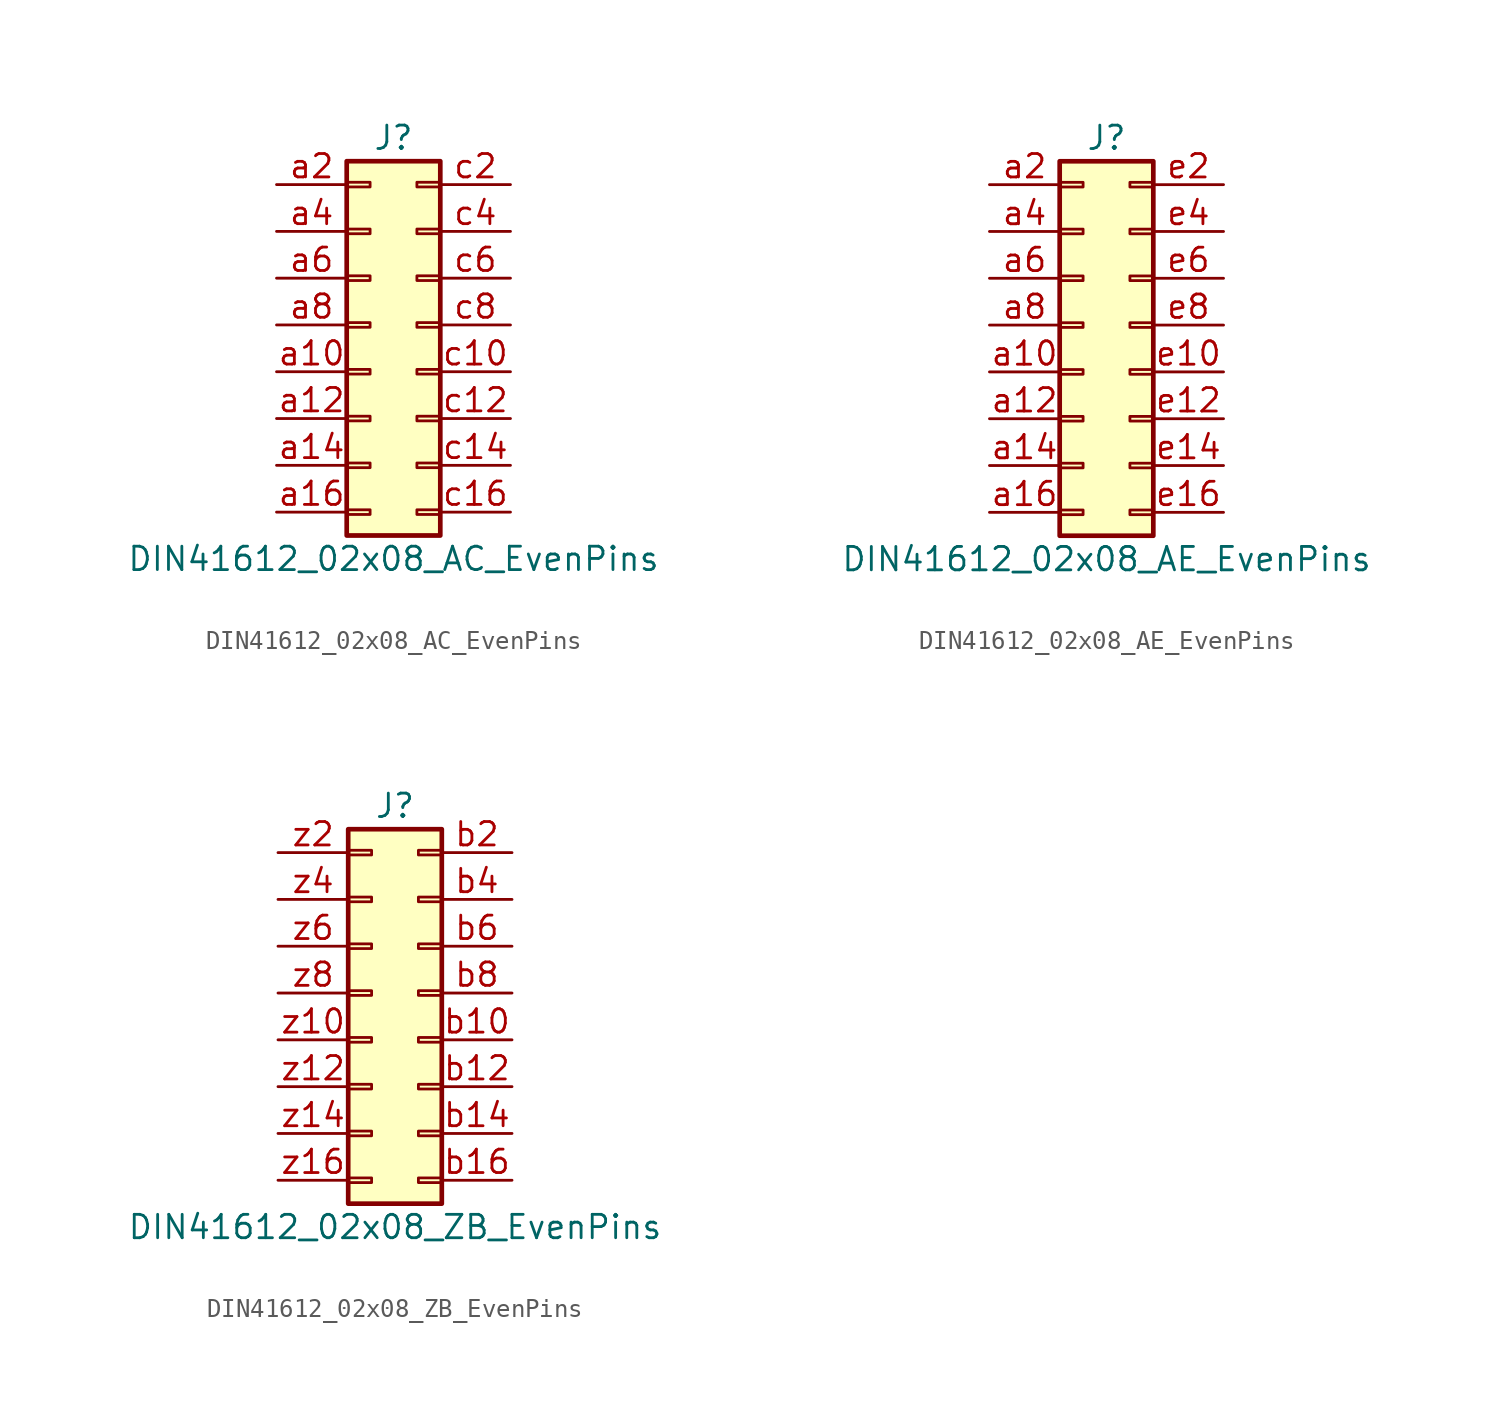
<source format=kicad_sym>
(kicad_symbol_lib
  (version 20241209)
  (generator "kicad_symbol_editor")
  (generator_version "9.0")
  (symbol "DIN41612_02x08_AC_EvenPins"
    (pin_names
      (offset 1.016)
      (hide yes))
    (property "Reference" "J"
      (at 1.27 10.16 0)
      (effects (font (size 1.27 1.27))))
    (property "Value" "DIN41612_02x08_AC_EvenPins"
      (at 1.27 -12.7 0)
      (effects (font (size 1.27 1.27))))
    (symbol "DIN41612_02x08_AC_EvenPins_1_1"
      (rectangle (start -1.27 8.89) (end 3.81 -11.43) (stroke (width 0.254) (type default)) (fill (type background)))
      (rectangle (start -1.27 7.747) (end 0 7.493) (stroke (width 0.152) (type default)) (fill (type none)))
      (rectangle (start -1.27 5.207) (end 0 4.953) (stroke (width 0.152) (type default)) (fill (type none)))
      (rectangle (start -1.27 2.667) (end 0 2.413) (stroke (width 0.152) (type default)) (fill (type none)))
      (rectangle (start -1.27 0.127) (end 0 -0.127) (stroke (width 0.152) (type default)) (fill (type none)))
      (rectangle (start -1.27 -2.413) (end 0 -2.667) (stroke (width 0.152) (type default)) (fill (type none)))
      (rectangle (start -1.27 -4.953) (end 0 -5.207) (stroke (width 0.152) (type default)) (fill (type none)))
      (rectangle (start -1.27 -7.493) (end 0 -7.747) (stroke (width 0.152) (type default)) (fill (type none)))
      (rectangle (start -1.27 -10.033) (end 0 -10.287) (stroke (width 0.152) (type default)) (fill (type none)))
      (rectangle (start 3.81 7.747) (end 2.54 7.493) (stroke (width 0.152) (type default)) (fill (type none)))
      (rectangle (start 3.81 5.207) (end 2.54 4.953) (stroke (width 0.152) (type default)) (fill (type none)))
      (rectangle (start 3.81 2.667) (end 2.54 2.413) (stroke (width 0.152) (type default)) (fill (type none)))
      (rectangle (start 3.81 0.127) (end 2.54 -0.127) (stroke (width 0.152) (type default)) (fill (type none)))
      (rectangle (start 3.81 -2.413) (end 2.54 -2.667) (stroke (width 0.152) (type default)) (fill (type none)))
      (rectangle (start 3.81 -4.953) (end 2.54 -5.207) (stroke (width 0.152) (type default)) (fill (type none)))
      (rectangle (start 3.81 -7.493) (end 2.54 -7.747) (stroke (width 0.152) (type default)) (fill (type none)))
      (rectangle (start 3.81 -10.033) (end 2.54 -10.287) (stroke (width 0.152) (type default)) (fill (type none)))
      (pin passive line (at -5.08 7.62 0) (length 3.81) (name "Pin_a2" (effects (font (size 1.27 1.27)))) (number "a2" (effects (font (size 1.27 1.27)))))
      (pin passive line (at -5.08 5.08 0) (length 3.81) (name "Pin_a4" (effects (font (size 1.27 1.27)))) (number "a4" (effects (font (size 1.27 1.27)))))
      (pin passive line (at -5.08 2.54 0) (length 3.81) (name "Pin_a6" (effects (font (size 1.27 1.27)))) (number "a6" (effects (font (size 1.27 1.27)))))
      (pin passive line (at -5.08 0 0) (length 3.81) (name "Pin_a8" (effects (font (size 1.27 1.27)))) (number "a8" (effects (font (size 1.27 1.27)))))
      (pin passive line (at -5.08 -2.54 0) (length 3.81) (name "Pin_a10" (effects (font (size 1.27 1.27)))) (number "a10" (effects (font (size 1.27 1.27)))))
      (pin passive line (at -5.08 -5.08 0) (length 3.81) (name "Pin_a12" (effects (font (size 1.27 1.27)))) (number "a12" (effects (font (size 1.27 1.27)))))
      (pin passive line (at -5.08 -7.62 0) (length 3.81) (name "Pin_a14" (effects (font (size 1.27 1.27)))) (number "a14" (effects (font (size 1.27 1.27)))))
      (pin passive line (at -5.08 -10.16 0) (length 3.81) (name "Pin_a16" (effects (font (size 1.27 1.27)))) (number "a16" (effects (font (size 1.27 1.27)))))
      (pin passive line (at 7.62 7.62 180) (length 3.81) (name "Pin_c2" (effects (font (size 1.27 1.27)))) (number "c2" (effects (font (size 1.27 1.27)))))
      (pin passive line (at 7.62 5.08 180) (length 3.81) (name "Pin_c4" (effects (font (size 1.27 1.27)))) (number "c4" (effects (font (size 1.27 1.27)))))
      (pin passive line (at 7.62 2.54 180) (length 3.81) (name "Pin_c6" (effects (font (size 1.27 1.27)))) (number "c6" (effects (font (size 1.27 1.27)))))
      (pin passive line (at 7.62 0 180) (length 3.81) (name "Pin_c8" (effects (font (size 1.27 1.27)))) (number "c8" (effects (font (size 1.27 1.27)))))
      (pin passive line (at 7.62 -2.54 180) (length 3.81) (name "Pin_c10" (effects (font (size 1.27 1.27)))) (number "c10" (effects (font (size 1.27 1.27)))))
      (pin passive line (at 7.62 -5.08 180) (length 3.81) (name "Pin_c12" (effects (font (size 1.27 1.27)))) (number "c12" (effects (font (size 1.27 1.27)))))
      (pin passive line (at 7.62 -7.62 180) (length 3.81) (name "Pin_c14" (effects (font (size 1.27 1.27)))) (number "c14" (effects (font (size 1.27 1.27)))))
      (pin passive line (at 7.62 -10.16 180) (length 3.81) (name "Pin_c16" (effects (font (size 1.27 1.27)))) (number "c16" (effects (font (size 1.27 1.27)))))))
  (symbol "DIN41612_02x08_AE_EvenPins"
    (pin_names
      (offset 1.016)
      (hide yes))
    (property "Reference" "J"
      (at 1.27 10.16 0)
      (effects (font (size 1.27 1.27))))
    (property "Value" "DIN41612_02x08_AE_EvenPins"
      (at 1.27 -12.7 0)
      (effects (font (size 1.27 1.27))))
    (symbol "DIN41612_02x08_AE_EvenPins_1_1"
      (rectangle (start -1.27 8.89) (end 3.81 -11.43) (stroke (width 0.254) (type default)) (fill (type background)))
      (rectangle (start -1.27 7.747) (end 0 7.493) (stroke (width 0.152) (type default)) (fill (type none)))
      (rectangle (start -1.27 5.207) (end 0 4.953) (stroke (width 0.152) (type default)) (fill (type none)))
      (rectangle (start -1.27 2.667) (end 0 2.413) (stroke (width 0.152) (type default)) (fill (type none)))
      (rectangle (start -1.27 0.127) (end 0 -0.127) (stroke (width 0.152) (type default)) (fill (type none)))
      (rectangle (start -1.27 -2.413) (end 0 -2.667) (stroke (width 0.152) (type default)) (fill (type none)))
      (rectangle (start -1.27 -4.953) (end 0 -5.207) (stroke (width 0.152) (type default)) (fill (type none)))
      (rectangle (start -1.27 -7.493) (end 0 -7.747) (stroke (width 0.152) (type default)) (fill (type none)))
      (rectangle (start -1.27 -10.033) (end 0 -10.287) (stroke (width 0.152) (type default)) (fill (type none)))
      (rectangle (start 3.81 7.747) (end 2.54 7.493) (stroke (width 0.152) (type default)) (fill (type none)))
      (rectangle (start 3.81 5.207) (end 2.54 4.953) (stroke (width 0.152) (type default)) (fill (type none)))
      (rectangle (start 3.81 2.667) (end 2.54 2.413) (stroke (width 0.152) (type default)) (fill (type none)))
      (rectangle (start 3.81 0.127) (end 2.54 -0.127) (stroke (width 0.152) (type default)) (fill (type none)))
      (rectangle (start 3.81 -2.413) (end 2.54 -2.667) (stroke (width 0.152) (type default)) (fill (type none)))
      (rectangle (start 3.81 -4.953) (end 2.54 -5.207) (stroke (width 0.152) (type default)) (fill (type none)))
      (rectangle (start 3.81 -7.493) (end 2.54 -7.747) (stroke (width 0.152) (type default)) (fill (type none)))
      (rectangle (start 3.81 -10.033) (end 2.54 -10.287) (stroke (width 0.152) (type default)) (fill (type none)))
      (pin passive line (at -5.08 7.62 0) (length 3.81) (name "Pin_a2" (effects (font (size 1.27 1.27)))) (number "a2" (effects (font (size 1.27 1.27)))))
      (pin passive line (at -5.08 5.08 0) (length 3.81) (name "Pin_a4" (effects (font (size 1.27 1.27)))) (number "a4" (effects (font (size 1.27 1.27)))))
      (pin passive line (at -5.08 2.54 0) (length 3.81) (name "Pin_a6" (effects (font (size 1.27 1.27)))) (number "a6" (effects (font (size 1.27 1.27)))))
      (pin passive line (at -5.08 0 0) (length 3.81) (name "Pin_a8" (effects (font (size 1.27 1.27)))) (number "a8" (effects (font (size 1.27 1.27)))))
      (pin passive line (at -5.08 -2.54 0) (length 3.81) (name "Pin_a10" (effects (font (size 1.27 1.27)))) (number "a10" (effects (font (size 1.27 1.27)))))
      (pin passive line (at -5.08 -5.08 0) (length 3.81) (name "Pin_a12" (effects (font (size 1.27 1.27)))) (number "a12" (effects (font (size 1.27 1.27)))))
      (pin passive line (at -5.08 -7.62 0) (length 3.81) (name "Pin_a14" (effects (font (size 1.27 1.27)))) (number "a14" (effects (font (size 1.27 1.27)))))
      (pin passive line (at -5.08 -10.16 0) (length 3.81) (name "Pin_a16" (effects (font (size 1.27 1.27)))) (number "a16" (effects (font (size 1.27 1.27)))))
      (pin passive line (at 7.62 7.62 180) (length 3.81) (name "Pin_e2" (effects (font (size 1.27 1.27)))) (number "e2" (effects (font (size 1.27 1.27)))))
      (pin passive line (at 7.62 5.08 180) (length 3.81) (name "Pin_e4" (effects (font (size 1.27 1.27)))) (number "e4" (effects (font (size 1.27 1.27)))))
      (pin passive line (at 7.62 2.54 180) (length 3.81) (name "Pin_e6" (effects (font (size 1.27 1.27)))) (number "e6" (effects (font (size 1.27 1.27)))))
      (pin passive line (at 7.62 0 180) (length 3.81) (name "Pin_e8" (effects (font (size 1.27 1.27)))) (number "e8" (effects (font (size 1.27 1.27)))))
      (pin passive line (at 7.62 -2.54 180) (length 3.81) (name "Pin_e10" (effects (font (size 1.27 1.27)))) (number "e10" (effects (font (size 1.27 1.27)))))
      (pin passive line (at 7.62 -5.08 180) (length 3.81) (name "Pin_e12" (effects (font (size 1.27 1.27)))) (number "e12" (effects (font (size 1.27 1.27)))))
      (pin passive line (at 7.62 -7.62 180) (length 3.81) (name "Pin_e14" (effects (font (size 1.27 1.27)))) (number "e14" (effects (font (size 1.27 1.27)))))
      (pin passive line (at 7.62 -10.16 180) (length 3.81) (name "Pin_e16" (effects (font (size 1.27 1.27)))) (number "e16" (effects (font (size 1.27 1.27)))))))
  (symbol "DIN41612_02x08_ZB_EvenPins"
    (pin_names
      (offset 1.016)
      (hide yes))
    (property "Reference" "J"
      (at 1.27 10.16 0)
      (effects (font (size 1.27 1.27))))
    (property "Value" "DIN41612_02x08_ZB_EvenPins"
      (at 1.27 -12.7 0)
      (effects (font (size 1.27 1.27))))
    (symbol "DIN41612_02x08_ZB_EvenPins_1_1"
      (rectangle (start -1.27 8.89) (end 3.81 -11.43) (stroke (width 0.254) (type default)) (fill (type background)))
      (rectangle (start -1.27 7.747) (end 0 7.493) (stroke (width 0.152) (type default)) (fill (type none)))
      (rectangle (start -1.27 5.207) (end 0 4.953) (stroke (width 0.152) (type default)) (fill (type none)))
      (rectangle (start -1.27 2.667) (end 0 2.413) (stroke (width 0.152) (type default)) (fill (type none)))
      (rectangle (start -1.27 0.127) (end 0 -0.127) (stroke (width 0.152) (type default)) (fill (type none)))
      (rectangle (start -1.27 -2.413) (end 0 -2.667) (stroke (width 0.152) (type default)) (fill (type none)))
      (rectangle (start -1.27 -4.953) (end 0 -5.207) (stroke (width 0.152) (type default)) (fill (type none)))
      (rectangle (start -1.27 -7.493) (end 0 -7.747) (stroke (width 0.152) (type default)) (fill (type none)))
      (rectangle (start -1.27 -10.033) (end 0 -10.287) (stroke (width 0.152) (type default)) (fill (type none)))
      (rectangle (start 3.81 7.747) (end 2.54 7.493) (stroke (width 0.152) (type default)) (fill (type none)))
      (rectangle (start 3.81 5.207) (end 2.54 4.953) (stroke (width 0.152) (type default)) (fill (type none)))
      (rectangle (start 3.81 2.667) (end 2.54 2.413) (stroke (width 0.152) (type default)) (fill (type none)))
      (rectangle (start 3.81 0.127) (end 2.54 -0.127) (stroke (width 0.152) (type default)) (fill (type none)))
      (rectangle (start 3.81 -2.413) (end 2.54 -2.667) (stroke (width 0.152) (type default)) (fill (type none)))
      (rectangle (start 3.81 -4.953) (end 2.54 -5.207) (stroke (width 0.152) (type default)) (fill (type none)))
      (rectangle (start 3.81 -7.493) (end 2.54 -7.747) (stroke (width 0.152) (type default)) (fill (type none)))
      (rectangle (start 3.81 -10.033) (end 2.54 -10.287) (stroke (width 0.152) (type default)) (fill (type none)))
      (pin passive line (at -5.08 7.62 0) (length 3.81) (name "Pin_z2" (effects (font (size 1.27 1.27)))) (number "z2" (effects (font (size 1.27 1.27)))))
      (pin passive line (at -5.08 5.08 0) (length 3.81) (name "Pin_z4" (effects (font (size 1.27 1.27)))) (number "z4" (effects (font (size 1.27 1.27)))))
      (pin passive line (at -5.08 2.54 0) (length 3.81) (name "Pin_z6" (effects (font (size 1.27 1.27)))) (number "z6" (effects (font (size 1.27 1.27)))))
      (pin passive line (at -5.08 0 0) (length 3.81) (name "Pin_z8" (effects (font (size 1.27 1.27)))) (number "z8" (effects (font (size 1.27 1.27)))))
      (pin passive line (at -5.08 -2.54 0) (length 3.81) (name "Pin_z10" (effects (font (size 1.27 1.27)))) (number "z10" (effects (font (size 1.27 1.27)))))
      (pin passive line (at -5.08 -5.08 0) (length 3.81) (name "Pin_z12" (effects (font (size 1.27 1.27)))) (number "z12" (effects (font (size 1.27 1.27)))))
      (pin passive line (at -5.08 -7.62 0) (length 3.81) (name "Pin_z14" (effects (font (size 1.27 1.27)))) (number "z14" (effects (font (size 1.27 1.27)))))
      (pin passive line (at -5.08 -10.16 0) (length 3.81) (name "Pin_z16" (effects (font (size 1.27 1.27)))) (number "z16" (effects (font (size 1.27 1.27)))))
      (pin passive line (at 7.62 7.62 180) (length 3.81) (name "Pin_b2" (effects (font (size 1.27 1.27)))) (number "b2" (effects (font (size 1.27 1.27)))))
      (pin passive line (at 7.62 5.08 180) (length 3.81) (name "Pin_b4" (effects (font (size 1.27 1.27)))) (number "b4" (effects (font (size 1.27 1.27)))))
      (pin passive line (at 7.62 2.54 180) (length 3.81) (name "Pin_b6" (effects (font (size 1.27 1.27)))) (number "b6" (effects (font (size 1.27 1.27)))))
      (pin passive line (at 7.62 0 180) (length 3.81) (name "Pin_b8" (effects (font (size 1.27 1.27)))) (number "b8" (effects (font (size 1.27 1.27)))))
      (pin passive line (at 7.62 -2.54 180) (length 3.81) (name "Pin_b10" (effects (font (size 1.27 1.27)))) (number "b10" (effects (font (size 1.27 1.27)))))
      (pin passive line (at 7.62 -5.08 180) (length 3.81) (name "Pin_b12" (effects (font (size 1.27 1.27)))) (number "b12" (effects (font (size 1.27 1.27)))))
      (pin passive line (at 7.62 -7.62 180) (length 3.81) (name "Pin_b14" (effects (font (size 1.27 1.27)))) (number "b14" (effects (font (size 1.27 1.27)))))
      (pin passive line (at 7.62 -10.16 180) (length 3.81) (name "Pin_b16" (effects (font (size 1.27 1.27)))) (number "b16" (effects (font (size 1.27 1.27))))))))
</source>
